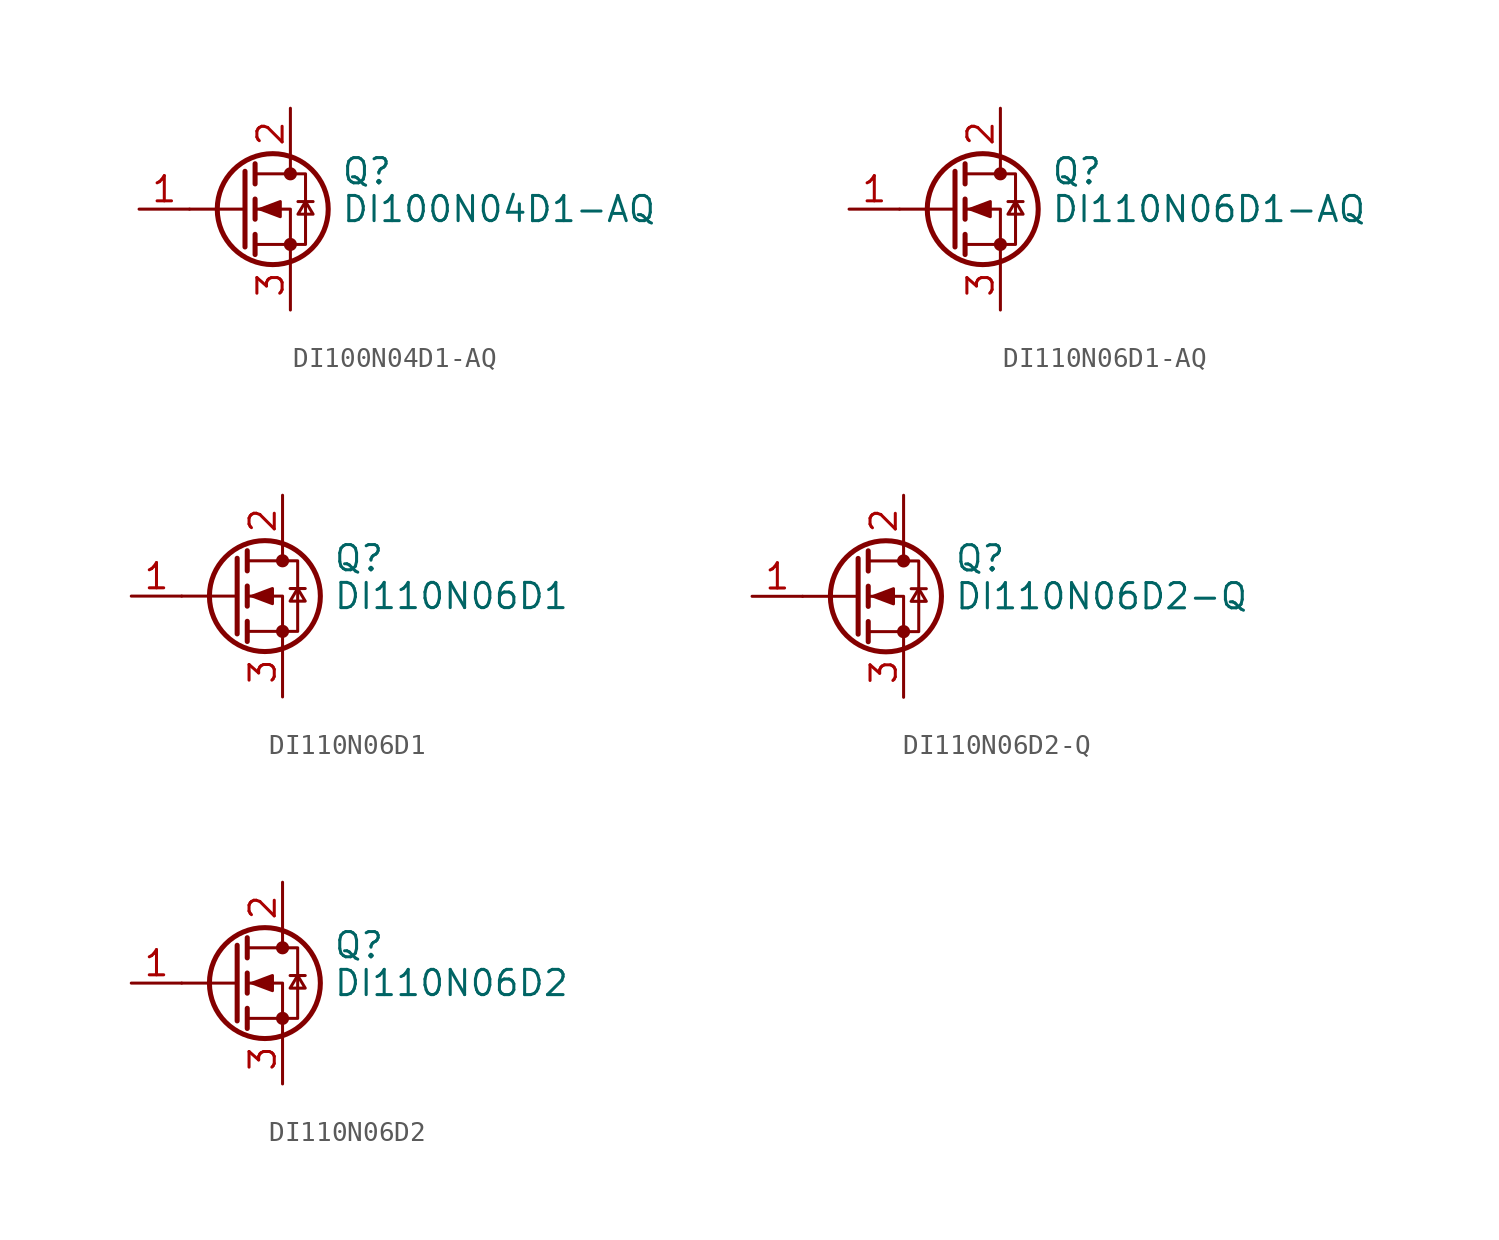
<source format=kicad_sym>
(kicad_symbol_lib
  (version 20241209)
  (generator "kicad_symbol_editor")
  (generator_version "9.0")
  (symbol "DI100N04D1-AQ"
    (pin_names
      (offset 0)
      (hide yes))
    (property "Reference" "Q"
      (at 5.08 1.905 0)
      (effects (font (size 1.27 1.27)) (justify left)))
    (property "Value" "DI100N04D1-AQ"
      (at 5.08 0 0)
      (effects (font (size 1.27 1.27)) (justify left)))
    (symbol "DI100N04D1-AQ_0_1"
      (polyline (pts (xy 0.254 1.905) (xy 0.254 -1.905)) (stroke (width 0.254) (type default)) (fill (type none)))
      (polyline (pts (xy 0.254 0) (xy -2.54 0)) (stroke (width 0) (type default)) (fill (type none)))
      (polyline (pts (xy 0.762 2.286) (xy 0.762 1.27)) (stroke (width 0.254) (type default)) (fill (type none)))
      (polyline (pts (xy 0.762 0.508) (xy 0.762 -0.508)) (stroke (width 0.254) (type default)) (fill (type none)))
      (polyline (pts (xy 0.762 -1.27) (xy 0.762 -2.286)) (stroke (width 0.254) (type default)) (fill (type none)))
      (polyline (pts (xy 0.762 -1.778) (xy 3.302 -1.778) (xy 3.302 1.778) (xy 0.762 1.778)) (stroke (width 0) (type default)) (fill (type none)))
      (polyline (pts (xy 1.016 0) (xy 2.032 0.381) (xy 2.032 -0.381) (xy 1.016 0)) (stroke (width 0) (type default)) (fill (type outline)))
      (circle (center 1.651 0) (radius 2.794) (stroke (width 0.254) (type default)) (fill (type none)))
      (polyline (pts (xy 2.54 2.54) (xy 2.54 1.778)) (stroke (width 0) (type default)) (fill (type none)))
      (circle (center 2.54 1.778) (radius 0.254) (stroke (width 0) (type default)) (fill (type outline)))
      (circle (center 2.54 -1.778) (radius 0.254) (stroke (width 0) (type default)) (fill (type outline)))
      (polyline (pts (xy 2.54 -2.54) (xy 2.54 0) (xy 0.762 0)) (stroke (width 0) (type default)) (fill (type none)))
      (polyline (pts (xy 2.921 0.381) (xy 3.683 0.381)) (stroke (width 0) (type default)) (fill (type none)))
      (polyline (pts (xy 3.302 0.381) (xy 2.921 -0.254) (xy 3.683 -0.254) (xy 3.302 0.381)) (stroke (width 0) (type default)) (fill (type none))))
    (symbol "DI100N04D1-AQ_1_1"
      (pin input line (at -5.08 0 0) (length 2.54) (name "G" (effects (font (size 1.27 1.27)))) (number "1" (effects (font (size 1.27 1.27)))))
      (pin passive line (at 2.54 5.08 270) (length 2.54) (name "D" (effects (font (size 1.27 1.27)))) (number "2" (effects (font (size 1.27 1.27)))))
      (pin passive line (at 2.54 -5.08 90) (length 2.54) (name "S" (effects (font (size 1.27 1.27)))) (number "3" (effects (font (size 1.27 1.27)))))))
  (symbol "DI110N06D1-AQ"
    (pin_names
      (offset 0)
      (hide yes))
    (property "Reference" "Q"
      (at 5.08 1.905 0)
      (effects (font (size 1.27 1.27)) (justify left)))
    (property "Value" "DI110N06D1-AQ"
      (at 5.08 0 0)
      (effects (font (size 1.27 1.27)) (justify left)))
    (symbol "DI110N06D1-AQ_0_1"
      (polyline (pts (xy 0.254 1.905) (xy 0.254 -1.905)) (stroke (width 0.254) (type default)) (fill (type none)))
      (polyline (pts (xy 0.254 0) (xy -2.54 0)) (stroke (width 0) (type default)) (fill (type none)))
      (polyline (pts (xy 0.762 2.286) (xy 0.762 1.27)) (stroke (width 0.254) (type default)) (fill (type none)))
      (polyline (pts (xy 0.762 0.508) (xy 0.762 -0.508)) (stroke (width 0.254) (type default)) (fill (type none)))
      (polyline (pts (xy 0.762 -1.27) (xy 0.762 -2.286)) (stroke (width 0.254) (type default)) (fill (type none)))
      (polyline (pts (xy 0.762 -1.778) (xy 3.302 -1.778) (xy 3.302 1.778) (xy 0.762 1.778)) (stroke (width 0) (type default)) (fill (type none)))
      (polyline (pts (xy 1.016 0) (xy 2.032 0.381) (xy 2.032 -0.381) (xy 1.016 0)) (stroke (width 0) (type default)) (fill (type outline)))
      (circle (center 1.651 0) (radius 2.794) (stroke (width 0.254) (type default)) (fill (type none)))
      (polyline (pts (xy 2.54 2.54) (xy 2.54 1.778)) (stroke (width 0) (type default)) (fill (type none)))
      (circle (center 2.54 1.778) (radius 0.254) (stroke (width 0) (type default)) (fill (type outline)))
      (circle (center 2.54 -1.778) (radius 0.254) (stroke (width 0) (type default)) (fill (type outline)))
      (polyline (pts (xy 2.54 -2.54) (xy 2.54 0) (xy 0.762 0)) (stroke (width 0) (type default)) (fill (type none)))
      (polyline (pts (xy 2.921 0.381) (xy 3.683 0.381)) (stroke (width 0) (type default)) (fill (type none)))
      (polyline (pts (xy 3.302 0.381) (xy 2.921 -0.254) (xy 3.683 -0.254) (xy 3.302 0.381)) (stroke (width 0) (type default)) (fill (type none))))
    (symbol "DI110N06D1-AQ_1_1"
      (pin input line (at -5.08 0 0) (length 2.54) (name "G" (effects (font (size 1.27 1.27)))) (number "1" (effects (font (size 1.27 1.27)))))
      (pin passive line (at 2.54 5.08 270) (length 2.54) (name "D" (effects (font (size 1.27 1.27)))) (number "2" (effects (font (size 1.27 1.27)))))
      (pin passive line (at 2.54 -5.08 90) (length 2.54) (name "S" (effects (font (size 1.27 1.27)))) (number "3" (effects (font (size 1.27 1.27)))))))
  (symbol "DI110N06D1"
    (pin_names
      (offset 0)
      (hide yes))
    (property "Reference" "Q"
      (at 5.08 1.905 0)
      (effects (font (size 1.27 1.27)) (justify left)))
    (property "Value" "DI110N06D1"
      (at 5.08 0 0)
      (effects (font (size 1.27 1.27)) (justify left)))
    (symbol "DI110N06D1_0_1"
      (polyline (pts (xy 0.254 1.905) (xy 0.254 -1.905)) (stroke (width 0.254) (type default)) (fill (type none)))
      (polyline (pts (xy 0.254 0) (xy -2.54 0)) (stroke (width 0) (type default)) (fill (type none)))
      (polyline (pts (xy 0.762 2.286) (xy 0.762 1.27)) (stroke (width 0.254) (type default)) (fill (type none)))
      (polyline (pts (xy 0.762 0.508) (xy 0.762 -0.508)) (stroke (width 0.254) (type default)) (fill (type none)))
      (polyline (pts (xy 0.762 -1.27) (xy 0.762 -2.286)) (stroke (width 0.254) (type default)) (fill (type none)))
      (polyline (pts (xy 0.762 -1.778) (xy 3.302 -1.778) (xy 3.302 1.778) (xy 0.762 1.778)) (stroke (width 0) (type default)) (fill (type none)))
      (polyline (pts (xy 1.016 0) (xy 2.032 0.381) (xy 2.032 -0.381) (xy 1.016 0)) (stroke (width 0) (type default)) (fill (type outline)))
      (circle (center 1.651 0) (radius 2.794) (stroke (width 0.254) (type default)) (fill (type none)))
      (polyline (pts (xy 2.54 2.54) (xy 2.54 1.778)) (stroke (width 0) (type default)) (fill (type none)))
      (circle (center 2.54 1.778) (radius 0.254) (stroke (width 0) (type default)) (fill (type outline)))
      (circle (center 2.54 -1.778) (radius 0.254) (stroke (width 0) (type default)) (fill (type outline)))
      (polyline (pts (xy 2.54 -2.54) (xy 2.54 0) (xy 0.762 0)) (stroke (width 0) (type default)) (fill (type none)))
      (polyline (pts (xy 2.921 0.381) (xy 3.683 0.381)) (stroke (width 0) (type default)) (fill (type none)))
      (polyline (pts (xy 3.302 0.381) (xy 2.921 -0.254) (xy 3.683 -0.254) (xy 3.302 0.381)) (stroke (width 0) (type default)) (fill (type none))))
    (symbol "DI110N06D1_1_1"
      (pin input line (at -5.08 0 0) (length 2.54) (name "G" (effects (font (size 1.27 1.27)))) (number "1" (effects (font (size 1.27 1.27)))))
      (pin passive line (at 2.54 5.08 270) (length 2.54) (name "D" (effects (font (size 1.27 1.27)))) (number "2" (effects (font (size 1.27 1.27)))))
      (pin passive line (at 2.54 -5.08 90) (length 2.54) (name "S" (effects (font (size 1.27 1.27)))) (number "3" (effects (font (size 1.27 1.27)))))))
  (symbol "DI110N06D2-Q"
    (pin_names
      (offset 0)
      (hide yes))
    (property "Reference" "Q"
      (at 5.08 1.905 0)
      (effects (font (size 1.27 1.27)) (justify left)))
    (property "Value" "DI110N06D2-Q"
      (at 5.08 0 0)
      (effects (font (size 1.27 1.27)) (justify left)))
    (symbol "DI110N06D2-Q_0_1"
      (polyline (pts (xy 0.254 1.905) (xy 0.254 -1.905)) (stroke (width 0.254) (type default)) (fill (type none)))
      (polyline (pts (xy 0.254 0) (xy -2.54 0)) (stroke (width 0) (type default)) (fill (type none)))
      (polyline (pts (xy 0.762 2.286) (xy 0.762 1.27)) (stroke (width 0.254) (type default)) (fill (type none)))
      (polyline (pts (xy 0.762 0.508) (xy 0.762 -0.508)) (stroke (width 0.254) (type default)) (fill (type none)))
      (polyline (pts (xy 0.762 -1.27) (xy 0.762 -2.286)) (stroke (width 0.254) (type default)) (fill (type none)))
      (polyline (pts (xy 0.762 -1.778) (xy 3.302 -1.778) (xy 3.302 1.778) (xy 0.762 1.778)) (stroke (width 0) (type default)) (fill (type none)))
      (polyline (pts (xy 1.016 0) (xy 2.032 0.381) (xy 2.032 -0.381) (xy 1.016 0)) (stroke (width 0) (type default)) (fill (type outline)))
      (circle (center 1.651 0) (radius 2.794) (stroke (width 0.254) (type default)) (fill (type none)))
      (polyline (pts (xy 2.54 2.54) (xy 2.54 1.778)) (stroke (width 0) (type default)) (fill (type none)))
      (circle (center 2.54 1.778) (radius 0.254) (stroke (width 0) (type default)) (fill (type outline)))
      (circle (center 2.54 -1.778) (radius 0.254) (stroke (width 0) (type default)) (fill (type outline)))
      (polyline (pts (xy 2.54 -2.54) (xy 2.54 0) (xy 0.762 0)) (stroke (width 0) (type default)) (fill (type none)))
      (polyline (pts (xy 2.921 0.381) (xy 3.683 0.381)) (stroke (width 0) (type default)) (fill (type none)))
      (polyline (pts (xy 3.302 0.381) (xy 2.921 -0.254) (xy 3.683 -0.254) (xy 3.302 0.381)) (stroke (width 0) (type default)) (fill (type none))))
    (symbol "DI110N06D2-Q_1_1"
      (pin input line (at -5.08 0 0) (length 2.54) (name "G" (effects (font (size 1.27 1.27)))) (number "1" (effects (font (size 1.27 1.27)))))
      (pin passive line (at 2.54 5.08 270) (length 2.54) (name "D" (effects (font (size 1.27 1.27)))) (number "2" (effects (font (size 1.27 1.27)))))
      (pin passive line (at 2.54 -5.08 90) (length 2.54) (name "S" (effects (font (size 1.27 1.27)))) (number "3" (effects (font (size 1.27 1.27)))))))
  (symbol "DI110N06D2"
    (pin_names
      (offset 0)
      (hide yes))
    (property "Reference" "Q"
      (at 5.08 1.905 0)
      (effects (font (size 1.27 1.27)) (justify left)))
    (property "Value" "DI110N06D2"
      (at 5.08 0 0)
      (effects (font (size 1.27 1.27)) (justify left)))
    (symbol "DI110N06D2_0_1"
      (polyline (pts (xy 0.254 1.905) (xy 0.254 -1.905)) (stroke (width 0.254) (type default)) (fill (type none)))
      (polyline (pts (xy 0.254 0) (xy -2.54 0)) (stroke (width 0) (type default)) (fill (type none)))
      (polyline (pts (xy 0.762 2.286) (xy 0.762 1.27)) (stroke (width 0.254) (type default)) (fill (type none)))
      (polyline (pts (xy 0.762 0.508) (xy 0.762 -0.508)) (stroke (width 0.254) (type default)) (fill (type none)))
      (polyline (pts (xy 0.762 -1.27) (xy 0.762 -2.286)) (stroke (width 0.254) (type default)) (fill (type none)))
      (polyline (pts (xy 0.762 -1.778) (xy 3.302 -1.778) (xy 3.302 1.778) (xy 0.762 1.778)) (stroke (width 0) (type default)) (fill (type none)))
      (polyline (pts (xy 1.016 0) (xy 2.032 0.381) (xy 2.032 -0.381) (xy 1.016 0)) (stroke (width 0) (type default)) (fill (type outline)))
      (circle (center 1.651 0) (radius 2.794) (stroke (width 0.254) (type default)) (fill (type none)))
      (polyline (pts (xy 2.54 2.54) (xy 2.54 1.778)) (stroke (width 0) (type default)) (fill (type none)))
      (circle (center 2.54 1.778) (radius 0.254) (stroke (width 0) (type default)) (fill (type outline)))
      (circle (center 2.54 -1.778) (radius 0.254) (stroke (width 0) (type default)) (fill (type outline)))
      (polyline (pts (xy 2.54 -2.54) (xy 2.54 0) (xy 0.762 0)) (stroke (width 0) (type default)) (fill (type none)))
      (polyline (pts (xy 2.921 0.381) (xy 3.683 0.381)) (stroke (width 0) (type default)) (fill (type none)))
      (polyline (pts (xy 3.302 0.381) (xy 2.921 -0.254) (xy 3.683 -0.254) (xy 3.302 0.381)) (stroke (width 0) (type default)) (fill (type none))))
    (symbol "DI110N06D2_1_1"
      (pin input line (at -5.08 0 0) (length 2.54) (name "G" (effects (font (size 1.27 1.27)))) (number "1" (effects (font (size 1.27 1.27)))))
      (pin passive line (at 2.54 5.08 270) (length 2.54) (name "D" (effects (font (size 1.27 1.27)))) (number "2" (effects (font (size 1.27 1.27)))))
      (pin passive line (at 2.54 -5.08 90) (length 2.54) (name "S" (effects (font (size 1.27 1.27)))) (number "3" (effects (font (size 1.27 1.27))))))))
</source>
